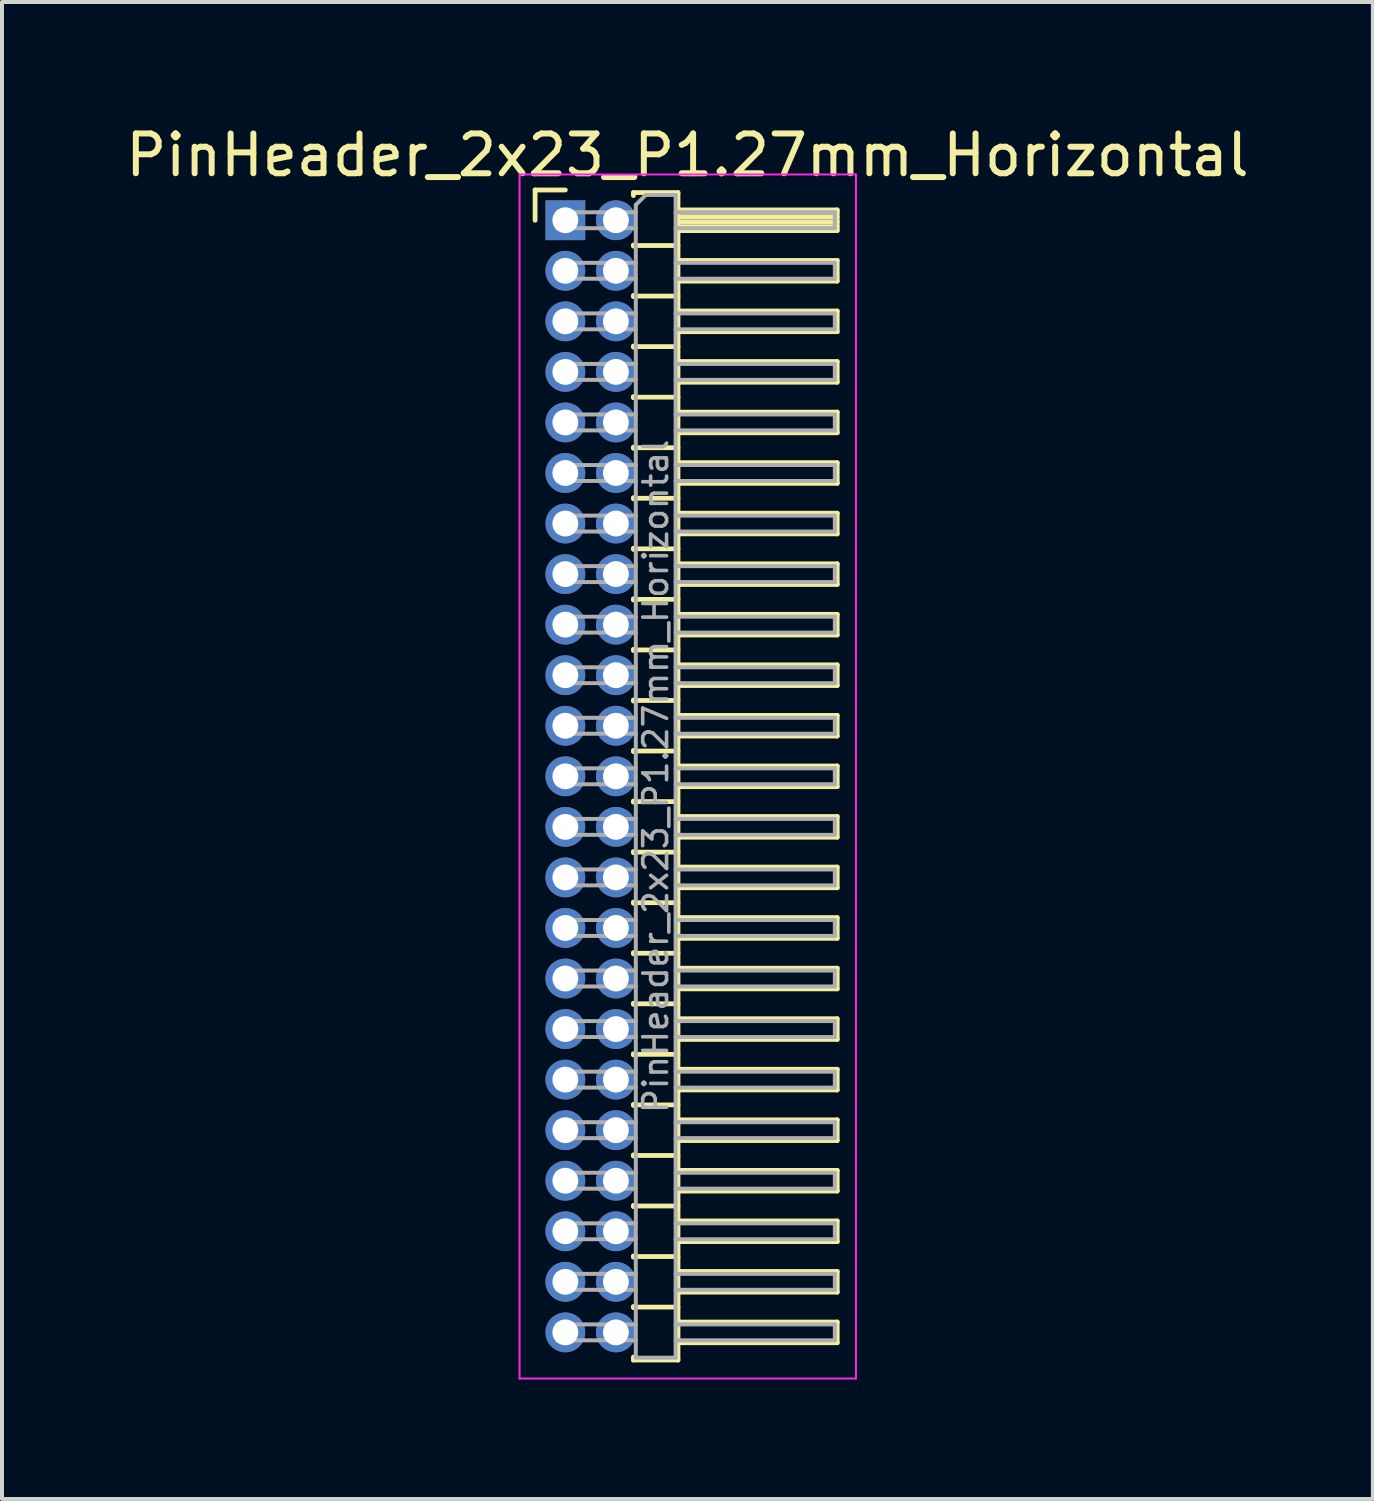
<source format=kicad_pcb>
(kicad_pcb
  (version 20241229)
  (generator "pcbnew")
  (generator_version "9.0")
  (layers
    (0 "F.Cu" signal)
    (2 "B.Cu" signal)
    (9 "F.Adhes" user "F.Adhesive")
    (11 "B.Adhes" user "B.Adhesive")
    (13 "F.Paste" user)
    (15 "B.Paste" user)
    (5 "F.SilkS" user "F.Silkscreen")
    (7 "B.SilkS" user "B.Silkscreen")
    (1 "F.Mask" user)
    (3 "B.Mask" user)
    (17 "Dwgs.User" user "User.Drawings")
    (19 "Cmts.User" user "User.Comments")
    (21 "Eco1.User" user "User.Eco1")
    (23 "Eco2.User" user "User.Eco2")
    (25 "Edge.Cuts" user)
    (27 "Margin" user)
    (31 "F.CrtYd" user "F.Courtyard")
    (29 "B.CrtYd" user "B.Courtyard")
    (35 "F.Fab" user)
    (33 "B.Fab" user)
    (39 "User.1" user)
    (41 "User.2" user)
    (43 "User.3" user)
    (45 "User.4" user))
  (footprint "PinHeader_2x23_P1.27mm_Horizontal"
    (layer "F.Cu")
    (at 11.153 2.483)
    (property "Reference" "PinHeader_2x23_P1.27mm_Horizontal" (at 3.067 -1.635 0) (layer "F.SilkS") (effects (font (size 1 1) (thickness 0.15))))
    (attr through_hole)
    (fp_line (start -0.76 -0.76) (end 0 -0.76) (stroke (width 0.12) (type solid)) (layer "F.SilkS"))
    (fp_line (start -0.76 0) (end -0.76 -0.76) (stroke (width 0.12) (type solid)) (layer "F.SilkS"))
    (fp_line (start 1.71 -0.695) (end 2.83 -0.695) (stroke (width 0.12) (type solid)) (layer "F.SilkS"))
    (fp_line (start 1.71 -0.62) (end 1.71 -0.695) (stroke (width 0.12) (type solid)) (layer "F.SilkS"))
    (fp_line (start 1.71 0.62) (end 1.71 0.65) (stroke (width 0.12) (type solid)) (layer "F.SilkS"))
    (fp_line (start 1.71 0.635) (end 2.83 0.635) (stroke (width 0.12) (type solid)) (layer "F.SilkS"))
    (fp_line (start 1.71 1.89) (end 1.71 1.92) (stroke (width 0.12) (type solid)) (layer "F.SilkS"))
    (fp_line (start 1.71 1.905) (end 2.83 1.905) (stroke (width 0.12) (type solid)) (layer "F.SilkS"))
    (fp_line (start 1.71 3.16) (end 1.71 3.19) (stroke (width 0.12) (type solid)) (layer "F.SilkS"))
    (fp_line (start 1.71 3.175) (end 2.83 3.175) (stroke (width 0.12) (type solid)) (layer "F.SilkS"))
    (fp_line (start 1.71 4.43) (end 1.71 4.46) (stroke (width 0.12) (type solid)) (layer "F.SilkS"))
    (fp_line (start 1.71 4.445) (end 2.83 4.445) (stroke (width 0.12) (type solid)) (layer "F.SilkS"))
    (fp_line (start 1.71 5.7) (end 1.71 5.73) (stroke (width 0.12) (type solid)) (layer "F.SilkS"))
    (fp_line (start 1.71 5.715) (end 2.83 5.715) (stroke (width 0.12) (type solid)) (layer "F.SilkS"))
    (fp_line (start 1.71 6.97) (end 1.71 7) (stroke (width 0.12) (type solid)) (layer "F.SilkS"))
    (fp_line (start 1.71 6.985) (end 2.83 6.985) (stroke (width 0.12) (type solid)) (layer "F.SilkS"))
    (fp_line (start 1.71 8.24) (end 1.71 8.27) (stroke (width 0.12) (type solid)) (layer "F.SilkS"))
    (fp_line (start 1.71 8.255) (end 2.83 8.255) (stroke (width 0.12) (type solid)) (layer "F.SilkS"))
    (fp_line (start 1.71 9.51) (end 1.71 9.54) (stroke (width 0.12) (type solid)) (layer "F.SilkS"))
    (fp_line (start 1.71 9.525) (end 2.83 9.525) (stroke (width 0.12) (type solid)) (layer "F.SilkS"))
    (fp_line (start 1.71 10.78) (end 1.71 10.81) (stroke (width 0.12) (type solid)) (layer "F.SilkS"))
    (fp_line (start 1.71 10.795) (end 2.83 10.795) (stroke (width 0.12) (type solid)) (layer "F.SilkS"))
    (fp_line (start 1.71 12.05) (end 1.71 12.08) (stroke (width 0.12) (type solid)) (layer "F.SilkS"))
    (fp_line (start 1.71 12.065) (end 2.83 12.065) (stroke (width 0.12) (type solid)) (layer "F.SilkS"))
    (fp_line (start 1.71 13.32) (end 1.71 13.35) (stroke (width 0.12) (type solid)) (layer "F.SilkS"))
    (fp_line (start 1.71 13.335) (end 2.83 13.335) (stroke (width 0.12) (type solid)) (layer "F.SilkS"))
    (fp_line (start 1.71 14.59) (end 1.71 14.62) (stroke (width 0.12) (type solid)) (layer "F.SilkS"))
    (fp_line (start 1.71 14.605) (end 2.83 14.605) (stroke (width 0.12) (type solid)) (layer "F.SilkS"))
    (fp_line (start 1.71 15.86) (end 1.71 15.89) (stroke (width 0.12) (type solid)) (layer "F.SilkS"))
    (fp_line (start 1.71 15.875) (end 2.83 15.875) (stroke (width 0.12) (type solid)) (layer "F.SilkS"))
    (fp_line (start 1.71 17.13) (end 1.71 17.16) (stroke (width 0.12) (type solid)) (layer "F.SilkS"))
    (fp_line (start 1.71 17.145) (end 2.83 17.145) (stroke (width 0.12) (type solid)) (layer "F.SilkS"))
    (fp_line (start 1.71 18.4) (end 1.71 18.43) (stroke (width 0.12) (type solid)) (layer "F.SilkS"))
    (fp_line (start 1.71 18.415) (end 2.83 18.415) (stroke (width 0.12) (type solid)) (layer "F.SilkS"))
    (fp_line (start 1.71 19.67) (end 1.71 19.7) (stroke (width 0.12) (type solid)) (layer "F.SilkS"))
    (fp_line (start 1.71 19.685) (end 2.83 19.685) (stroke (width 0.12) (type solid)) (layer "F.SilkS"))
    (fp_line (start 1.71 20.94) (end 1.71 20.97) (stroke (width 0.12) (type solid)) (layer "F.SilkS"))
    (fp_line (start 1.71 20.955) (end 2.83 20.955) (stroke (width 0.12) (type solid)) (layer "F.SilkS"))
    (fp_line (start 1.71 22.21) (end 1.71 22.24) (stroke (width 0.12) (type solid)) (layer "F.SilkS"))
    (fp_line (start 1.71 22.225) (end 2.83 22.225) (stroke (width 0.12) (type solid)) (layer "F.SilkS"))
    (fp_line (start 1.71 23.48) (end 1.71 23.51) (stroke (width 0.12) (type solid)) (layer "F.SilkS"))
    (fp_line (start 1.71 23.495) (end 2.83 23.495) (stroke (width 0.12) (type solid)) (layer "F.SilkS"))
    (fp_line (start 1.71 24.75) (end 1.71 24.78) (stroke (width 0.12) (type solid)) (layer "F.SilkS"))
    (fp_line (start 1.71 24.765) (end 2.83 24.765) (stroke (width 0.12) (type solid)) (layer "F.SilkS"))
    (fp_line (start 1.71 26.02) (end 1.71 26.05) (stroke (width 0.12) (type solid)) (layer "F.SilkS"))
    (fp_line (start 1.71 26.035) (end 2.83 26.035) (stroke (width 0.12) (type solid)) (layer "F.SilkS"))
    (fp_line (start 1.71 27.29) (end 1.71 27.32) (stroke (width 0.12) (type solid)) (layer "F.SilkS"))
    (fp_line (start 1.71 27.305) (end 2.83 27.305) (stroke (width 0.12) (type solid)) (layer "F.SilkS"))
    (fp_line (start 1.71 28.635) (end 1.71 28.56) (stroke (width 0.12) (type solid)) (layer "F.SilkS"))
    (fp_line (start 2.83 -0.695) (end 2.83 28.635) (stroke (width 0.12) (type solid)) (layer "F.SilkS"))
    (fp_line (start 2.83 -0.26) (end 6.83 -0.26) (stroke (width 0.12) (type solid)) (layer "F.SilkS"))
    (fp_line (start 2.83 -0.2) (end 6.83 -0.2) (stroke (width 0.12) (type solid)) (layer "F.SilkS"))
    (fp_line (start 2.83 -0.08) (end 6.83 -0.08) (stroke (width 0.12) (type solid)) (layer "F.SilkS"))
    (fp_line (start 2.83 0.04) (end 6.83 0.04) (stroke (width 0.12) (type solid)) (layer "F.SilkS"))
    (fp_line (start 2.83 0.16) (end 6.83 0.16) (stroke (width 0.12) (type solid)) (layer "F.SilkS"))
    (fp_line (start 2.83 1.01) (end 6.83 1.01) (stroke (width 0.12) (type solid)) (layer "F.SilkS"))
    (fp_line (start 2.83 2.28) (end 6.83 2.28) (stroke (width 0.12) (type solid)) (layer "F.SilkS"))
    (fp_line (start 2.83 3.55) (end 6.83 3.55) (stroke (width 0.12) (type solid)) (layer "F.SilkS"))
    (fp_line (start 2.83 4.82) (end 6.83 4.82) (stroke (width 0.12) (type solid)) (layer "F.SilkS"))
    (fp_line (start 2.83 6.09) (end 6.83 6.09) (stroke (width 0.12) (type solid)) (layer "F.SilkS"))
    (fp_line (start 2.83 7.36) (end 6.83 7.36) (stroke (width 0.12) (type solid)) (layer "F.SilkS"))
    (fp_line (start 2.83 8.63) (end 6.83 8.63) (stroke (width 0.12) (type solid)) (layer "F.SilkS"))
    (fp_line (start 2.83 9.9) (end 6.83 9.9) (stroke (width 0.12) (type solid)) (layer "F.SilkS"))
    (fp_line (start 2.83 11.17) (end 6.83 11.17) (stroke (width 0.12) (type solid)) (layer "F.SilkS"))
    (fp_line (start 2.83 12.44) (end 6.83 12.44) (stroke (width 0.12) (type solid)) (layer "F.SilkS"))
    (fp_line (start 2.83 13.71) (end 6.83 13.71) (stroke (width 0.12) (type solid)) (layer "F.SilkS"))
    (fp_line (start 2.83 14.98) (end 6.83 14.98) (stroke (width 0.12) (type solid)) (layer "F.SilkS"))
    (fp_line (start 2.83 16.25) (end 6.83 16.25) (stroke (width 0.12) (type solid)) (layer "F.SilkS"))
    (fp_line (start 2.83 17.52) (end 6.83 17.52) (stroke (width 0.12) (type solid)) (layer "F.SilkS"))
    (fp_line (start 2.83 18.79) (end 6.83 18.79) (stroke (width 0.12) (type solid)) (layer "F.SilkS"))
    (fp_line (start 2.83 20.06) (end 6.83 20.06) (stroke (width 0.12) (type solid)) (layer "F.SilkS"))
    (fp_line (start 2.83 21.33) (end 6.83 21.33) (stroke (width 0.12) (type solid)) (layer "F.SilkS"))
    (fp_line (start 2.83 22.6) (end 6.83 22.6) (stroke (width 0.12) (type solid)) (layer "F.SilkS"))
    (fp_line (start 2.83 23.87) (end 6.83 23.87) (stroke (width 0.12) (type solid)) (layer "F.SilkS"))
    (fp_line (start 2.83 25.14) (end 6.83 25.14) (stroke (width 0.12) (type solid)) (layer "F.SilkS"))
    (fp_line (start 2.83 26.41) (end 6.83 26.41) (stroke (width 0.12) (type solid)) (layer "F.SilkS"))
    (fp_line (start 2.83 27.68) (end 6.83 27.68) (stroke (width 0.12) (type solid)) (layer "F.SilkS"))
    (fp_line (start 2.83 28.635) (end 1.71 28.635) (stroke (width 0.12) (type solid)) (layer "F.SilkS"))
    (fp_line (start 6.83 -0.26) (end 6.83 0.26) (stroke (width 0.12) (type solid)) (layer "F.SilkS"))
    (fp_line (start 6.83 0.26) (end 2.83 0.26) (stroke (width 0.12) (type solid)) (layer "F.SilkS"))
    (fp_line (start 6.83 1.01) (end 6.83 1.53) (stroke (width 0.12) (type solid)) (layer "F.SilkS"))
    (fp_line (start 6.83 1.53) (end 2.83 1.53) (stroke (width 0.12) (type solid)) (layer "F.SilkS"))
    (fp_line (start 6.83 2.28) (end 6.83 2.8) (stroke (width 0.12) (type solid)) (layer "F.SilkS"))
    (fp_line (start 6.83 2.8) (end 2.83 2.8) (stroke (width 0.12) (type solid)) (layer "F.SilkS"))
    (fp_line (start 6.83 3.55) (end 6.83 4.07) (stroke (width 0.12) (type solid)) (layer "F.SilkS"))
    (fp_line (start 6.83 4.07) (end 2.83 4.07) (stroke (width 0.12) (type solid)) (layer "F.SilkS"))
    (fp_line (start 6.83 4.82) (end 6.83 5.34) (stroke (width 0.12) (type solid)) (layer "F.SilkS"))
    (fp_line (start 6.83 5.34) (end 2.83 5.34) (stroke (width 0.12) (type solid)) (layer "F.SilkS"))
    (fp_line (start 6.83 6.09) (end 6.83 6.61) (stroke (width 0.12) (type solid)) (layer "F.SilkS"))
    (fp_line (start 6.83 6.61) (end 2.83 6.61) (stroke (width 0.12) (type solid)) (layer "F.SilkS"))
    (fp_line (start 6.83 7.36) (end 6.83 7.88) (stroke (width 0.12) (type solid)) (layer "F.SilkS"))
    (fp_line (start 6.83 7.88) (end 2.83 7.88) (stroke (width 0.12) (type solid)) (layer "F.SilkS"))
    (fp_line (start 6.83 8.63) (end 6.83 9.15) (stroke (width 0.12) (type solid)) (layer "F.SilkS"))
    (fp_line (start 6.83 9.15) (end 2.83 9.15) (stroke (width 0.12) (type solid)) (layer "F.SilkS"))
    (fp_line (start 6.83 9.9) (end 6.83 10.42) (stroke (width 0.12) (type solid)) (layer "F.SilkS"))
    (fp_line (start 6.83 10.42) (end 2.83 10.42) (stroke (width 0.12) (type solid)) (layer "F.SilkS"))
    (fp_line (start 6.83 11.17) (end 6.83 11.69) (stroke (width 0.12) (type solid)) (layer "F.SilkS"))
    (fp_line (start 6.83 11.69) (end 2.83 11.69) (stroke (width 0.12) (type solid)) (layer "F.SilkS"))
    (fp_line (start 6.83 12.44) (end 6.83 12.96) (stroke (width 0.12) (type solid)) (layer "F.SilkS"))
    (fp_line (start 6.83 12.96) (end 2.83 12.96) (stroke (width 0.12) (type solid)) (layer "F.SilkS"))
    (fp_line (start 6.83 13.71) (end 6.83 14.23) (stroke (width 0.12) (type solid)) (layer "F.SilkS"))
    (fp_line (start 6.83 14.23) (end 2.83 14.23) (stroke (width 0.12) (type solid)) (layer "F.SilkS"))
    (fp_line (start 6.83 14.98) (end 6.83 15.5) (stroke (width 0.12) (type solid)) (layer "F.SilkS"))
    (fp_line (start 6.83 15.5) (end 2.83 15.5) (stroke (width 0.12) (type solid)) (layer "F.SilkS"))
    (fp_line (start 6.83 16.25) (end 6.83 16.77) (stroke (width 0.12) (type solid)) (layer "F.SilkS"))
    (fp_line (start 6.83 16.77) (end 2.83 16.77) (stroke (width 0.12) (type solid)) (layer "F.SilkS"))
    (fp_line (start 6.83 17.52) (end 6.83 18.04) (stroke (width 0.12) (type solid)) (layer "F.SilkS"))
    (fp_line (start 6.83 18.04) (end 2.83 18.04) (stroke (width 0.12) (type solid)) (layer "F.SilkS"))
    (fp_line (start 6.83 18.79) (end 6.83 19.31) (stroke (width 0.12) (type solid)) (layer "F.SilkS"))
    (fp_line (start 6.83 19.31) (end 2.83 19.31) (stroke (width 0.12) (type solid)) (layer "F.SilkS"))
    (fp_line (start 6.83 20.06) (end 6.83 20.58) (stroke (width 0.12) (type solid)) (layer "F.SilkS"))
    (fp_line (start 6.83 20.58) (end 2.83 20.58) (stroke (width 0.12) (type solid)) (layer "F.SilkS"))
    (fp_line (start 6.83 21.33) (end 6.83 21.85) (stroke (width 0.12) (type solid)) (layer "F.SilkS"))
    (fp_line (start 6.83 21.85) (end 2.83 21.85) (stroke (width 0.12) (type solid)) (layer "F.SilkS"))
    (fp_line (start 6.83 22.6) (end 6.83 23.12) (stroke (width 0.12) (type solid)) (layer "F.SilkS"))
    (fp_line (start 6.83 23.12) (end 2.83 23.12) (stroke (width 0.12) (type solid)) (layer "F.SilkS"))
    (fp_line (start 6.83 23.87) (end 6.83 24.39) (stroke (width 0.12) (type solid)) (layer "F.SilkS"))
    (fp_line (start 6.83 24.39) (end 2.83 24.39) (stroke (width 0.12) (type solid)) (layer "F.SilkS"))
    (fp_line (start 6.83 25.14) (end 6.83 25.66) (stroke (width 0.12) (type solid)) (layer "F.SilkS"))
    (fp_line (start 6.83 25.66) (end 2.83 25.66) (stroke (width 0.12) (type solid)) (layer "F.SilkS"))
    (fp_line (start 6.83 26.41) (end 6.83 26.93) (stroke (width 0.12) (type solid)) (layer "F.SilkS"))
    (fp_line (start 6.83 26.93) (end 2.83 26.93) (stroke (width 0.12) (type solid)) (layer "F.SilkS"))
    (fp_line (start 6.83 27.68) (end 6.83 28.2) (stroke (width 0.12) (type solid)) (layer "F.SilkS"))
    (fp_line (start 6.83 28.2) (end 2.83 28.2) (stroke (width 0.12) (type solid)) (layer "F.SilkS"))
    (fp_line (start -1.15 -1.15) (end -1.15 29.1) (stroke (width 0.05) (type solid)) (layer "F.CrtYd"))
    (fp_line (start -1.15 29.1) (end 7.3 29.1) (stroke (width 0.05) (type solid)) (layer "F.CrtYd"))
    (fp_line (start 7.3 -1.15) (end -1.15 -1.15) (stroke (width 0.05) (type solid)) (layer "F.CrtYd"))
    (fp_line (start 7.3 29.1) (end 7.3 -1.15) (stroke (width 0.05) (type solid)) (layer "F.CrtYd"))
    (fp_line (start -0.2 -0.2) (end -0.2 0.2) (stroke (width 0.1) (type solid)) (layer "F.Fab"))
    (fp_line (start -0.2 -0.2) (end 1.77 -0.2) (stroke (width 0.1) (type solid)) (layer "F.Fab"))
    (fp_line (start -0.2 0.2) (end 1.77 0.2) (stroke (width 0.1) (type solid)) (layer "F.Fab"))
    (fp_line (start -0.2 1.07) (end -0.2 1.47) (stroke (width 0.1) (type solid)) (layer "F.Fab"))
    (fp_line (start -0.2 1.07) (end 1.77 1.07) (stroke (width 0.1) (type solid)) (layer "F.Fab"))
    (fp_line (start -0.2 1.47) (end 1.77 1.47) (stroke (width 0.1) (type solid)) (layer "F.Fab"))
    (fp_line (start -0.2 2.34) (end -0.2 2.74) (stroke (width 0.1) (type solid)) (layer "F.Fab"))
    (fp_line (start -0.2 2.34) (end 1.77 2.34) (stroke (width 0.1) (type solid)) (layer "F.Fab"))
    (fp_line (start -0.2 2.74) (end 1.77 2.74) (stroke (width 0.1) (type solid)) (layer "F.Fab"))
    (fp_line (start -0.2 3.61) (end -0.2 4.01) (stroke (width 0.1) (type solid)) (layer "F.Fab"))
    (fp_line (start -0.2 3.61) (end 1.77 3.61) (stroke (width 0.1) (type solid)) (layer "F.Fab"))
    (fp_line (start -0.2 4.01) (end 1.77 4.01) (stroke (width 0.1) (type solid)) (layer "F.Fab"))
    (fp_line (start -0.2 4.88) (end -0.2 5.28) (stroke (width 0.1) (type solid)) (layer "F.Fab"))
    (fp_line (start -0.2 4.88) (end 1.77 4.88) (stroke (width 0.1) (type solid)) (layer "F.Fab"))
    (fp_line (start -0.2 5.28) (end 1.77 5.28) (stroke (width 0.1) (type solid)) (layer "F.Fab"))
    (fp_line (start -0.2 6.15) (end -0.2 6.55) (stroke (width 0.1) (type solid)) (layer "F.Fab"))
    (fp_line (start -0.2 6.15) (end 1.77 6.15) (stroke (width 0.1) (type solid)) (layer "F.Fab"))
    (fp_line (start -0.2 6.55) (end 1.77 6.55) (stroke (width 0.1) (type solid)) (layer "F.Fab"))
    (fp_line (start -0.2 7.42) (end -0.2 7.82) (stroke (width 0.1) (type solid)) (layer "F.Fab"))
    (fp_line (start -0.2 7.42) (end 1.77 7.42) (stroke (width 0.1) (type solid)) (layer "F.Fab"))
    (fp_line (start -0.2 7.82) (end 1.77 7.82) (stroke (width 0.1) (type solid)) (layer "F.Fab"))
    (fp_line (start -0.2 8.69) (end -0.2 9.09) (stroke (width 0.1) (type solid)) (layer "F.Fab"))
    (fp_line (start -0.2 8.69) (end 1.77 8.69) (stroke (width 0.1) (type solid)) (layer "F.Fab"))
    (fp_line (start -0.2 9.09) (end 1.77 9.09) (stroke (width 0.1) (type solid)) (layer "F.Fab"))
    (fp_line (start -0.2 9.96) (end -0.2 10.36) (stroke (width 0.1) (type solid)) (layer "F.Fab"))
    (fp_line (start -0.2 9.96) (end 1.77 9.96) (stroke (width 0.1) (type solid)) (layer "F.Fab"))
    (fp_line (start -0.2 10.36) (end 1.77 10.36) (stroke (width 0.1) (type solid)) (layer "F.Fab"))
    (fp_line (start -0.2 11.23) (end -0.2 11.63) (stroke (width 0.1) (type solid)) (layer "F.Fab"))
    (fp_line (start -0.2 11.23) (end 1.77 11.23) (stroke (width 0.1) (type solid)) (layer "F.Fab"))
    (fp_line (start -0.2 11.63) (end 1.77 11.63) (stroke (width 0.1) (type solid)) (layer "F.Fab"))
    (fp_line (start -0.2 12.5) (end -0.2 12.9) (stroke (width 0.1) (type solid)) (layer "F.Fab"))
    (fp_line (start -0.2 12.5) (end 1.77 12.5) (stroke (width 0.1) (type solid)) (layer "F.Fab"))
    (fp_line (start -0.2 12.9) (end 1.77 12.9) (stroke (width 0.1) (type solid)) (layer "F.Fab"))
    (fp_line (start -0.2 13.77) (end -0.2 14.17) (stroke (width 0.1) (type solid)) (layer "F.Fab"))
    (fp_line (start -0.2 13.77) (end 1.77 13.77) (stroke (width 0.1) (type solid)) (layer "F.Fab"))
    (fp_line (start -0.2 14.17) (end 1.77 14.17) (stroke (width 0.1) (type solid)) (layer "F.Fab"))
    (fp_line (start -0.2 15.04) (end -0.2 15.44) (stroke (width 0.1) (type solid)) (layer "F.Fab"))
    (fp_line (start -0.2 15.04) (end 1.77 15.04) (stroke (width 0.1) (type solid)) (layer "F.Fab"))
    (fp_line (start -0.2 15.44) (end 1.77 15.44) (stroke (width 0.1) (type solid)) (layer "F.Fab"))
    (fp_line (start -0.2 16.31) (end -0.2 16.71) (stroke (width 0.1) (type solid)) (layer "F.Fab"))
    (fp_line (start -0.2 16.31) (end 1.77 16.31) (stroke (width 0.1) (type solid)) (layer "F.Fab"))
    (fp_line (start -0.2 16.71) (end 1.77 16.71) (stroke (width 0.1) (type solid)) (layer "F.Fab"))
    (fp_line (start -0.2 17.58) (end -0.2 17.98) (stroke (width 0.1) (type solid)) (layer "F.Fab"))
    (fp_line (start -0.2 17.58) (end 1.77 17.58) (stroke (width 0.1) (type solid)) (layer "F.Fab"))
    (fp_line (start -0.2 17.98) (end 1.77 17.98) (stroke (width 0.1) (type solid)) (layer "F.Fab"))
    (fp_line (start -0.2 18.85) (end -0.2 19.25) (stroke (width 0.1) (type solid)) (layer "F.Fab"))
    (fp_line (start -0.2 18.85) (end 1.77 18.85) (stroke (width 0.1) (type solid)) (layer "F.Fab"))
    (fp_line (start -0.2 19.25) (end 1.77 19.25) (stroke (width 0.1) (type solid)) (layer "F.Fab"))
    (fp_line (start -0.2 20.12) (end -0.2 20.52) (stroke (width 0.1) (type solid)) (layer "F.Fab"))
    (fp_line (start -0.2 20.12) (end 1.77 20.12) (stroke (width 0.1) (type solid)) (layer "F.Fab"))
    (fp_line (start -0.2 20.52) (end 1.77 20.52) (stroke (width 0.1) (type solid)) (layer "F.Fab"))
    (fp_line (start -0.2 21.39) (end -0.2 21.79) (stroke (width 0.1) (type solid)) (layer "F.Fab"))
    (fp_line (start -0.2 21.39) (end 1.77 21.39) (stroke (width 0.1) (type solid)) (layer "F.Fab"))
    (fp_line (start -0.2 21.79) (end 1.77 21.79) (stroke (width 0.1) (type solid)) (layer "F.Fab"))
    (fp_line (start -0.2 22.66) (end -0.2 23.06) (stroke (width 0.1) (type solid)) (layer "F.Fab"))
    (fp_line (start -0.2 22.66) (end 1.77 22.66) (stroke (width 0.1) (type solid)) (layer "F.Fab"))
    (fp_line (start -0.2 23.06) (end 1.77 23.06) (stroke (width 0.1) (type solid)) (layer "F.Fab"))
    (fp_line (start -0.2 23.93) (end -0.2 24.33) (stroke (width 0.1) (type solid)) (layer "F.Fab"))
    (fp_line (start -0.2 23.93) (end 1.77 23.93) (stroke (width 0.1) (type solid)) (layer "F.Fab"))
    (fp_line (start -0.2 24.33) (end 1.77 24.33) (stroke (width 0.1) (type solid)) (layer "F.Fab"))
    (fp_line (start -0.2 25.2) (end -0.2 25.6) (stroke (width 0.1) (type solid)) (layer "F.Fab"))
    (fp_line (start -0.2 25.2) (end 1.77 25.2) (stroke (width 0.1) (type solid)) (layer "F.Fab"))
    (fp_line (start -0.2 25.6) (end 1.77 25.6) (stroke (width 0.1) (type solid)) (layer "F.Fab"))
    (fp_line (start -0.2 26.47) (end -0.2 26.87) (stroke (width 0.1) (type solid)) (layer "F.Fab"))
    (fp_line (start -0.2 26.47) (end 1.77 26.47) (stroke (width 0.1) (type solid)) (layer "F.Fab"))
    (fp_line (start -0.2 26.87) (end 1.77 26.87) (stroke (width 0.1) (type solid)) (layer "F.Fab"))
    (fp_line (start -0.2 27.74) (end -0.2 28.14) (stroke (width 0.1) (type solid)) (layer "F.Fab"))
    (fp_line (start -0.2 27.74) (end 1.77 27.74) (stroke (width 0.1) (type solid)) (layer "F.Fab"))
    (fp_line (start -0.2 28.14) (end 1.77 28.14) (stroke (width 0.1) (type solid)) (layer "F.Fab"))
    (fp_line (start 1.77 -0.385) (end 2.02 -0.635) (stroke (width 0.1) (type solid)) (layer "F.Fab"))
    (fp_line (start 1.77 28.575) (end 1.77 -0.385) (stroke (width 0.1) (type solid)) (layer "F.Fab"))
    (fp_line (start 2.02 -0.635) (end 2.77 -0.635) (stroke (width 0.1) (type solid)) (layer "F.Fab"))
    (fp_line (start 2.77 -0.635) (end 2.77 28.575) (stroke (width 0.1) (type solid)) (layer "F.Fab"))
    (fp_line (start 2.77 -0.2) (end 6.77 -0.2) (stroke (width 0.1) (type solid)) (layer "F.Fab"))
    (fp_line (start 2.77 0.2) (end 6.77 0.2) (stroke (width 0.1) (type solid)) (layer "F.Fab"))
    (fp_line (start 2.77 1.07) (end 6.77 1.07) (stroke (width 0.1) (type solid)) (layer "F.Fab"))
    (fp_line (start 2.77 1.47) (end 6.77 1.47) (stroke (width 0.1) (type solid)) (layer "F.Fab"))
    (fp_line (start 2.77 2.34) (end 6.77 2.34) (stroke (width 0.1) (type solid)) (layer "F.Fab"))
    (fp_line (start 2.77 2.74) (end 6.77 2.74) (stroke (width 0.1) (type solid)) (layer "F.Fab"))
    (fp_line (start 2.77 3.61) (end 6.77 3.61) (stroke (width 0.1) (type solid)) (layer "F.Fab"))
    (fp_line (start 2.77 4.01) (end 6.77 4.01) (stroke (width 0.1) (type solid)) (layer "F.Fab"))
    (fp_line (start 2.77 4.88) (end 6.77 4.88) (stroke (width 0.1) (type solid)) (layer "F.Fab"))
    (fp_line (start 2.77 5.28) (end 6.77 5.28) (stroke (width 0.1) (type solid)) (layer "F.Fab"))
    (fp_line (start 2.77 6.15) (end 6.77 6.15) (stroke (width 0.1) (type solid)) (layer "F.Fab"))
    (fp_line (start 2.77 6.55) (end 6.77 6.55) (stroke (width 0.1) (type solid)) (layer "F.Fab"))
    (fp_line (start 2.77 7.42) (end 6.77 7.42) (stroke (width 0.1) (type solid)) (layer "F.Fab"))
    (fp_line (start 2.77 7.82) (end 6.77 7.82) (stroke (width 0.1) (type solid)) (layer "F.Fab"))
    (fp_line (start 2.77 8.69) (end 6.77 8.69) (stroke (width 0.1) (type solid)) (layer "F.Fab"))
    (fp_line (start 2.77 9.09) (end 6.77 9.09) (stroke (width 0.1) (type solid)) (layer "F.Fab"))
    (fp_line (start 2.77 9.96) (end 6.77 9.96) (stroke (width 0.1) (type solid)) (layer "F.Fab"))
    (fp_line (start 2.77 10.36) (end 6.77 10.36) (stroke (width 0.1) (type solid)) (layer "F.Fab"))
    (fp_line (start 2.77 11.23) (end 6.77 11.23) (stroke (width 0.1) (type solid)) (layer "F.Fab"))
    (fp_line (start 2.77 11.63) (end 6.77 11.63) (stroke (width 0.1) (type solid)) (layer "F.Fab"))
    (fp_line (start 2.77 12.5) (end 6.77 12.5) (stroke (width 0.1) (type solid)) (layer "F.Fab"))
    (fp_line (start 2.77 12.9) (end 6.77 12.9) (stroke (width 0.1) (type solid)) (layer "F.Fab"))
    (fp_line (start 2.77 13.77) (end 6.77 13.77) (stroke (width 0.1) (type solid)) (layer "F.Fab"))
    (fp_line (start 2.77 14.17) (end 6.77 14.17) (stroke (width 0.1) (type solid)) (layer "F.Fab"))
    (fp_line (start 2.77 15.04) (end 6.77 15.04) (stroke (width 0.1) (type solid)) (layer "F.Fab"))
    (fp_line (start 2.77 15.44) (end 6.77 15.44) (stroke (width 0.1) (type solid)) (layer "F.Fab"))
    (fp_line (start 2.77 16.31) (end 6.77 16.31) (stroke (width 0.1) (type solid)) (layer "F.Fab"))
    (fp_line (start 2.77 16.71) (end 6.77 16.71) (stroke (width 0.1) (type solid)) (layer "F.Fab"))
    (fp_line (start 2.77 17.58) (end 6.77 17.58) (stroke (width 0.1) (type solid)) (layer "F.Fab"))
    (fp_line (start 2.77 17.98) (end 6.77 17.98) (stroke (width 0.1) (type solid)) (layer "F.Fab"))
    (fp_line (start 2.77 18.85) (end 6.77 18.85) (stroke (width 0.1) (type solid)) (layer "F.Fab"))
    (fp_line (start 2.77 19.25) (end 6.77 19.25) (stroke (width 0.1) (type solid)) (layer "F.Fab"))
    (fp_line (start 2.77 20.12) (end 6.77 20.12) (stroke (width 0.1) (type solid)) (layer "F.Fab"))
    (fp_line (start 2.77 20.52) (end 6.77 20.52) (stroke (width 0.1) (type solid)) (layer "F.Fab"))
    (fp_line (start 2.77 21.39) (end 6.77 21.39) (stroke (width 0.1) (type solid)) (layer "F.Fab"))
    (fp_line (start 2.77 21.79) (end 6.77 21.79) (stroke (width 0.1) (type solid)) (layer "F.Fab"))
    (fp_line (start 2.77 22.66) (end 6.77 22.66) (stroke (width 0.1) (type solid)) (layer "F.Fab"))
    (fp_line (start 2.77 23.06) (end 6.77 23.06) (stroke (width 0.1) (type solid)) (layer "F.Fab"))
    (fp_line (start 2.77 23.93) (end 6.77 23.93) (stroke (width 0.1) (type solid)) (layer "F.Fab"))
    (fp_line (start 2.77 24.33) (end 6.77 24.33) (stroke (width 0.1) (type solid)) (layer "F.Fab"))
    (fp_line (start 2.77 25.2) (end 6.77 25.2) (stroke (width 0.1) (type solid)) (layer "F.Fab"))
    (fp_line (start 2.77 25.6) (end 6.77 25.6) (stroke (width 0.1) (type solid)) (layer "F.Fab"))
    (fp_line (start 2.77 26.47) (end 6.77 26.47) (stroke (width 0.1) (type solid)) (layer "F.Fab"))
    (fp_line (start 2.77 26.87) (end 6.77 26.87) (stroke (width 0.1) (type solid)) (layer "F.Fab"))
    (fp_line (start 2.77 27.74) (end 6.77 27.74) (stroke (width 0.1) (type solid)) (layer "F.Fab"))
    (fp_line (start 2.77 28.14) (end 6.77 28.14) (stroke (width 0.1) (type solid)) (layer "F.Fab"))
    (fp_line (start 2.77 28.575) (end 1.77 28.575) (stroke (width 0.1) (type solid)) (layer "F.Fab"))
    (fp_line (start 6.77 -0.2) (end 6.77 0.2) (stroke (width 0.1) (type solid)) (layer "F.Fab"))
    (fp_line (start 6.77 1.07) (end 6.77 1.47) (stroke (width 0.1) (type solid)) (layer "F.Fab"))
    (fp_line (start 6.77 2.34) (end 6.77 2.74) (stroke (width 0.1) (type solid)) (layer "F.Fab"))
    (fp_line (start 6.77 3.61) (end 6.77 4.01) (stroke (width 0.1) (type solid)) (layer "F.Fab"))
    (fp_line (start 6.77 4.88) (end 6.77 5.28) (stroke (width 0.1) (type solid)) (layer "F.Fab"))
    (fp_line (start 6.77 6.15) (end 6.77 6.55) (stroke (width 0.1) (type solid)) (layer "F.Fab"))
    (fp_line (start 6.77 7.42) (end 6.77 7.82) (stroke (width 0.1) (type solid)) (layer "F.Fab"))
    (fp_line (start 6.77 8.69) (end 6.77 9.09) (stroke (width 0.1) (type solid)) (layer "F.Fab"))
    (fp_line (start 6.77 9.96) (end 6.77 10.36) (stroke (width 0.1) (type solid)) (layer "F.Fab"))
    (fp_line (start 6.77 11.23) (end 6.77 11.63) (stroke (width 0.1) (type solid)) (layer "F.Fab"))
    (fp_line (start 6.77 12.5) (end 6.77 12.9) (stroke (width 0.1) (type solid)) (layer "F.Fab"))
    (fp_line (start 6.77 13.77) (end 6.77 14.17) (stroke (width 0.1) (type solid)) (layer "F.Fab"))
    (fp_line (start 6.77 15.04) (end 6.77 15.44) (stroke (width 0.1) (type solid)) (layer "F.Fab"))
    (fp_line (start 6.77 16.31) (end 6.77 16.71) (stroke (width 0.1) (type solid)) (layer "F.Fab"))
    (fp_line (start 6.77 17.58) (end 6.77 17.98) (stroke (width 0.1) (type solid)) (layer "F.Fab"))
    (fp_line (start 6.77 18.85) (end 6.77 19.25) (stroke (width 0.1) (type solid)) (layer "F.Fab"))
    (fp_line (start 6.77 20.12) (end 6.77 20.52) (stroke (width 0.1) (type solid)) (layer "F.Fab"))
    (fp_line (start 6.77 21.39) (end 6.77 21.79) (stroke (width 0.1) (type solid)) (layer "F.Fab"))
    (fp_line (start 6.77 22.66) (end 6.77 23.06) (stroke (width 0.1) (type solid)) (layer "F.Fab"))
    (fp_line (start 6.77 23.93) (end 6.77 24.33) (stroke (width 0.1) (type solid)) (layer "F.Fab"))
    (fp_line (start 6.77 25.2) (end 6.77 25.6) (stroke (width 0.1) (type solid)) (layer "F.Fab"))
    (fp_line (start 6.77 26.47) (end 6.77 26.87) (stroke (width 0.1) (type solid)) (layer "F.Fab"))
    (fp_line (start 6.77 27.74) (end 6.77 28.14) (stroke (width 0.1) (type solid)) (layer "F.Fab"))
    (fp_text user "${REFERENCE}" (at 2.27 13.97 90) (layer "F.Fab") (effects (font (size 0.6 0.6) (thickness 0.09))))
    (pad "1" thru_hole rect (at 0 0) (size 1 1) (drill 0.65) (layers "*.Cu" "*.Mask"))
    (pad "2" thru_hole oval (at 1.27 0) (size 1 1) (drill 0.65) (layers "*.Cu" "*.Mask"))
    (pad "3" thru_hole oval (at 0 1.27) (size 1 1) (drill 0.65) (layers "*.Cu" "*.Mask"))
    (pad "4" thru_hole oval (at 1.27 1.27) (size 1 1) (drill 0.65) (layers "*.Cu" "*.Mask"))
    (pad "5" thru_hole oval (at 0 2.54) (size 1 1) (drill 0.65) (layers "*.Cu" "*.Mask"))
    (pad "6" thru_hole oval (at 1.27 2.54) (size 1 1) (drill 0.65) (layers "*.Cu" "*.Mask"))
    (pad "7" thru_hole oval (at 0 3.81) (size 1 1) (drill 0.65) (layers "*.Cu" "*.Mask"))
    (pad "8" thru_hole oval (at 1.27 3.81) (size 1 1) (drill 0.65) (layers "*.Cu" "*.Mask"))
    (pad "9" thru_hole oval (at 0 5.08) (size 1 1) (drill 0.65) (layers "*.Cu" "*.Mask"))
    (pad "10" thru_hole oval (at 1.27 5.08) (size 1 1) (drill 0.65) (layers "*.Cu" "*.Mask"))
    (pad "11" thru_hole oval (at 0 6.35) (size 1 1) (drill 0.65) (layers "*.Cu" "*.Mask"))
    (pad "12" thru_hole oval (at 1.27 6.35) (size 1 1) (drill 0.65) (layers "*.Cu" "*.Mask"))
    (pad "13" thru_hole oval (at 0 7.62) (size 1 1) (drill 0.65) (layers "*.Cu" "*.Mask"))
    (pad "14" thru_hole oval (at 1.27 7.62) (size 1 1) (drill 0.65) (layers "*.Cu" "*.Mask"))
    (pad "15" thru_hole oval (at 0 8.89) (size 1 1) (drill 0.65) (layers "*.Cu" "*.Mask"))
    (pad "16" thru_hole oval (at 1.27 8.89) (size 1 1) (drill 0.65) (layers "*.Cu" "*.Mask"))
    (pad "17" thru_hole oval (at 0 10.16) (size 1 1) (drill 0.65) (layers "*.Cu" "*.Mask"))
    (pad "18" thru_hole oval (at 1.27 10.16) (size 1 1) (drill 0.65) (layers "*.Cu" "*.Mask"))
    (pad "19" thru_hole oval (at 0 11.43) (size 1 1) (drill 0.65) (layers "*.Cu" "*.Mask"))
    (pad "20" thru_hole oval (at 1.27 11.43) (size 1 1) (drill 0.65) (layers "*.Cu" "*.Mask"))
    (pad "21" thru_hole oval (at 0 12.7) (size 1 1) (drill 0.65) (layers "*.Cu" "*.Mask"))
    (pad "22" thru_hole oval (at 1.27 12.7) (size 1 1) (drill 0.65) (layers "*.Cu" "*.Mask"))
    (pad "23" thru_hole oval (at 0 13.97) (size 1 1) (drill 0.65) (layers "*.Cu" "*.Mask"))
    (pad "24" thru_hole oval (at 1.27 13.97) (size 1 1) (drill 0.65) (layers "*.Cu" "*.Mask"))
    (pad "25" thru_hole oval (at 0 15.24) (size 1 1) (drill 0.65) (layers "*.Cu" "*.Mask"))
    (pad "26" thru_hole oval (at 1.27 15.24) (size 1 1) (drill 0.65) (layers "*.Cu" "*.Mask"))
    (pad "27" thru_hole oval (at 0 16.51) (size 1 1) (drill 0.65) (layers "*.Cu" "*.Mask"))
    (pad "28" thru_hole oval (at 1.27 16.51) (size 1 1) (drill 0.65) (layers "*.Cu" "*.Mask"))
    (pad "29" thru_hole oval (at 0 17.78) (size 1 1) (drill 0.65) (layers "*.Cu" "*.Mask"))
    (pad "30" thru_hole oval (at 1.27 17.78) (size 1 1) (drill 0.65) (layers "*.Cu" "*.Mask"))
    (pad "31" thru_hole oval (at 0 19.05) (size 1 1) (drill 0.65) (layers "*.Cu" "*.Mask"))
    (pad "32" thru_hole oval (at 1.27 19.05) (size 1 1) (drill 0.65) (layers "*.Cu" "*.Mask"))
    (pad "33" thru_hole oval (at 0 20.32) (size 1 1) (drill 0.65) (layers "*.Cu" "*.Mask"))
    (pad "34" thru_hole oval (at 1.27 20.32) (size 1 1) (drill 0.65) (layers "*.Cu" "*.Mask"))
    (pad "35" thru_hole oval (at 0 21.59) (size 1 1) (drill 0.65) (layers "*.Cu" "*.Mask"))
    (pad "36" thru_hole oval (at 1.27 21.59) (size 1 1) (drill 0.65) (layers "*.Cu" "*.Mask"))
    (pad "37" thru_hole oval (at 0 22.86) (size 1 1) (drill 0.65) (layers "*.Cu" "*.Mask"))
    (pad "38" thru_hole oval (at 1.27 22.86) (size 1 1) (drill 0.65) (layers "*.Cu" "*.Mask"))
    (pad "39" thru_hole oval (at 0 24.13) (size 1 1) (drill 0.65) (layers "*.Cu" "*.Mask"))
    (pad "40" thru_hole oval (at 1.27 24.13) (size 1 1) (drill 0.65) (layers "*.Cu" "*.Mask"))
    (pad "41" thru_hole oval (at 0 25.4) (size 1 1) (drill 0.65) (layers "*.Cu" "*.Mask"))
    (pad "42" thru_hole oval (at 1.27 25.4) (size 1 1) (drill 0.65) (layers "*.Cu" "*.Mask"))
    (pad "43" thru_hole oval (at 0 26.67) (size 1 1) (drill 0.65) (layers "*.Cu" "*.Mask"))
    (pad "44" thru_hole oval (at 1.27 26.67) (size 1 1) (drill 0.65) (layers "*.Cu" "*.Mask"))
    (pad "45" thru_hole oval (at 0 27.94) (size 1 1) (drill 0.65) (layers "*.Cu" "*.Mask"))
    (pad "46" thru_hole oval (at 1.27 27.94) (size 1 1) (drill 0.65) (layers "*.Cu" "*.Mask")))
  (gr_rect
    (start -3 -3)
    (end 31.44 34.608)
    (stroke (width 0.1) (type default))
    (fill no)
    (layer "Edge.Cuts")))
</source>
